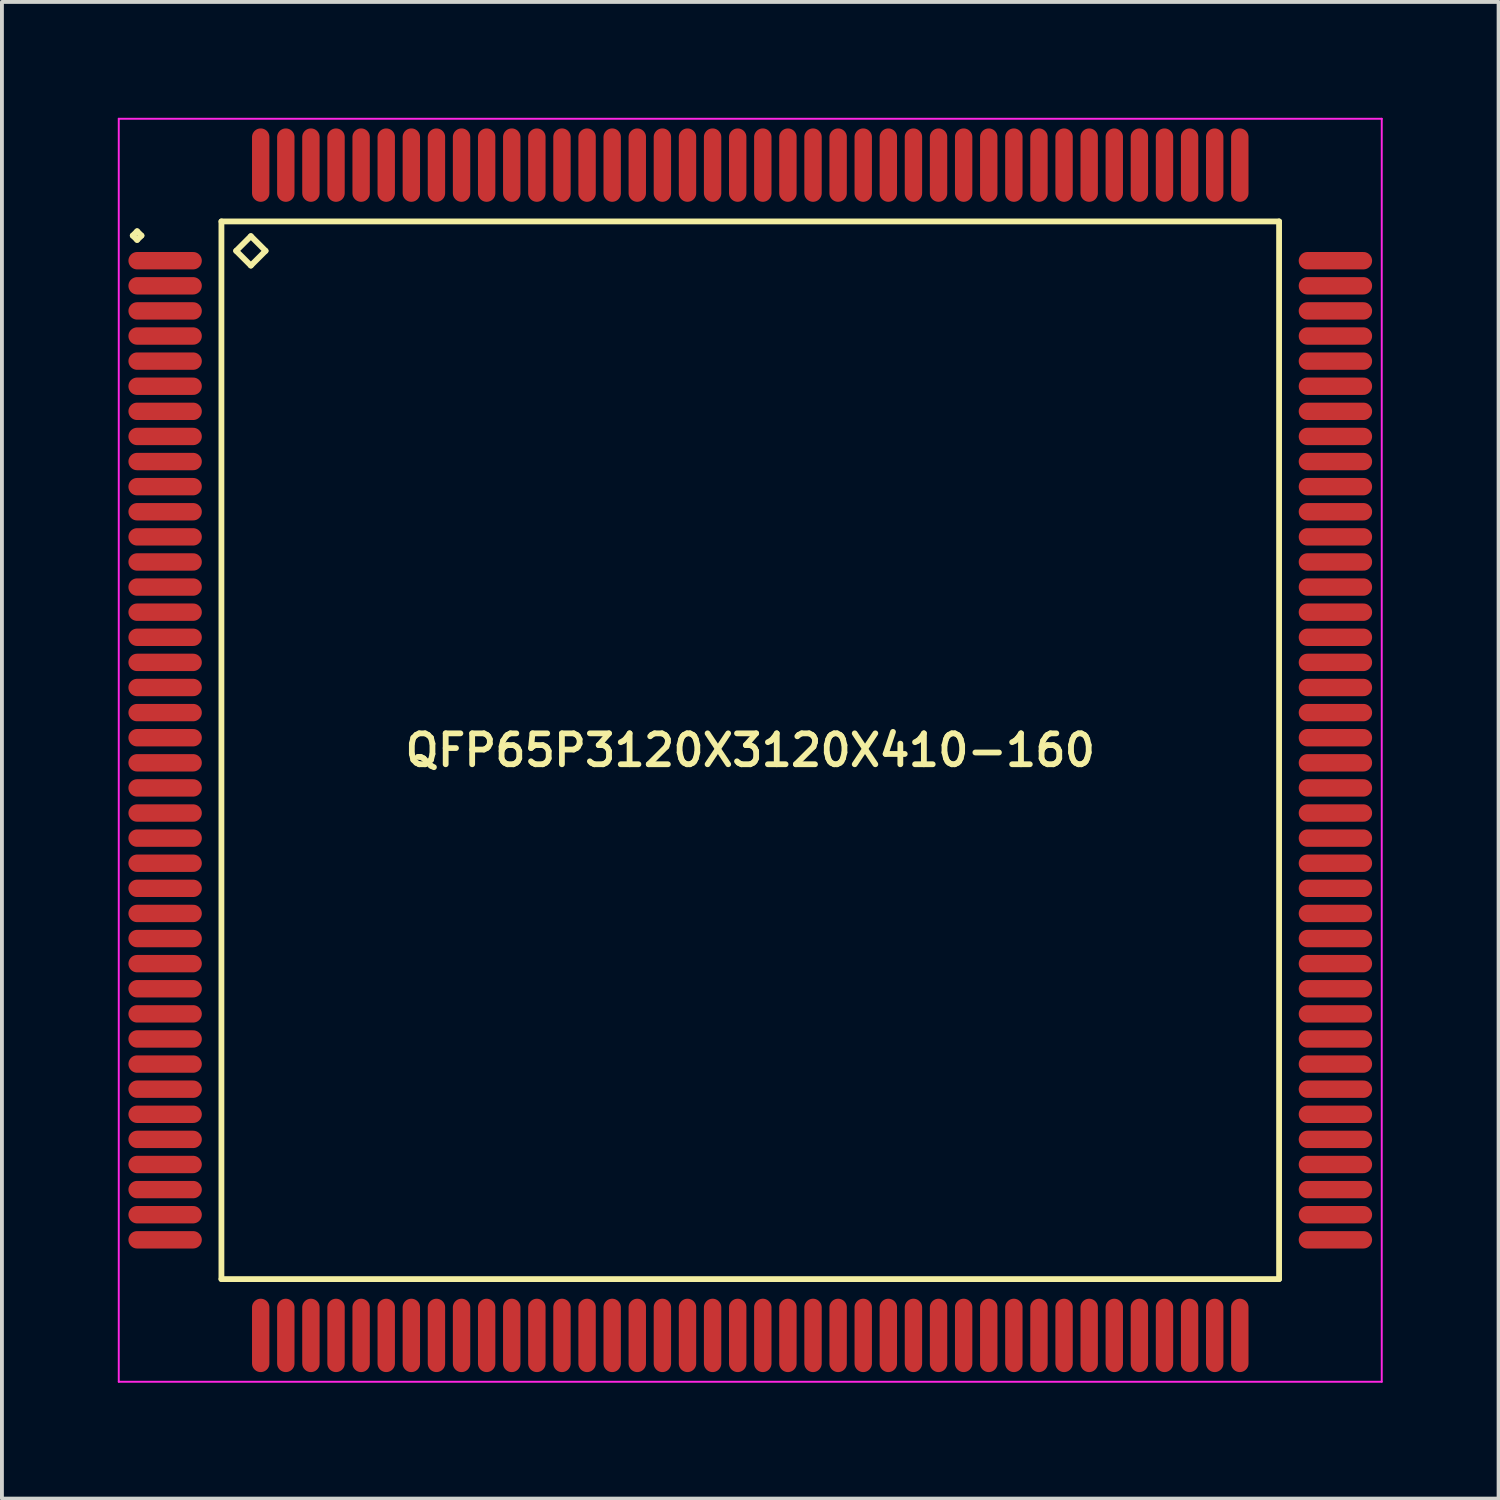
<source format=kicad_pcb>
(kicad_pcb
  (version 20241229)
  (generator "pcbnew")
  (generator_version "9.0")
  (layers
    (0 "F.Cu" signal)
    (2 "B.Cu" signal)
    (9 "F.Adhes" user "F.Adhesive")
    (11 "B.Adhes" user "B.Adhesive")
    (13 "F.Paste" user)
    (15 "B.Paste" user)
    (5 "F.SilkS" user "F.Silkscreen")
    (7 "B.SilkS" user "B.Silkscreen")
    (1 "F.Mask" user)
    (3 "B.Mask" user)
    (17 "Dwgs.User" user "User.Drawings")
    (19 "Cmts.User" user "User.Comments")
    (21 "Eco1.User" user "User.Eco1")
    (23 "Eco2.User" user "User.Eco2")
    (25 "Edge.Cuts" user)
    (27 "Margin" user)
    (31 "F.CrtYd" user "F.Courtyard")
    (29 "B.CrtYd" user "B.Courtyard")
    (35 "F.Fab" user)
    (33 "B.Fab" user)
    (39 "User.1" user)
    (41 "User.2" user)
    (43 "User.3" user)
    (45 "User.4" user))
  (footprint "QFP65P3120X3120X410-160"
    (layer "F.Cu")
    (at 16.375 16.375)
    (property "Reference" "QFP65P3120X3120X410-160" (at 0 0 0) (layer "F.SilkS") (effects (font (size 0.8 0.8) (thickness 0.15))))
    (attr smd)
    (fp_line (start -15.988 -13.325) (end -15.875 -13.438) (stroke (width 0.15) (type solid)) (layer "F.SilkS"))
    (fp_line (start -15.875 -13.438) (end -15.762 -13.325) (stroke (width 0.15) (type solid)) (layer "F.SilkS"))
    (fp_line (start -15.875 -13.213) (end -15.988 -13.325) (stroke (width 0.15) (type solid)) (layer "F.SilkS"))
    (fp_line (start -15.762 -13.325) (end -15.875 -13.213) (stroke (width 0.15) (type solid)) (layer "F.SilkS"))
    (fp_line (start -13.692 -13.692) (end -13.692 13.692) (stroke (width 0.15) (type solid)) (layer "F.SilkS"))
    (fp_line (start -13.692 13.692) (end 13.692 13.692) (stroke (width 0.15) (type solid)) (layer "F.SilkS"))
    (fp_line (start -13.311 -12.93) (end -12.93 -13.311) (stroke (width 0.15) (type solid)) (layer "F.SilkS"))
    (fp_line (start -12.93 -13.311) (end -12.549 -12.93) (stroke (width 0.15) (type solid)) (layer "F.SilkS"))
    (fp_line (start -12.93 -12.549) (end -13.311 -12.93) (stroke (width 0.15) (type solid)) (layer "F.SilkS"))
    (fp_line (start -12.549 -12.93) (end -12.93 -12.549) (stroke (width 0.15) (type solid)) (layer "F.SilkS"))
    (fp_line (start 13.692 -13.692) (end -13.692 -13.692) (stroke (width 0.15) (type solid)) (layer "F.SilkS"))
    (fp_line (start 13.692 13.692) (end 13.692 -13.692) (stroke (width 0.15) (type solid)) (layer "F.SilkS"))
    (fp_line (start -16.35 -16.35) (end 16.35 -16.35) (stroke (width 0.05) (type solid)) (layer "F.CrtYd"))
    (fp_line (start -16.35 16.35) (end -16.35 -16.35) (stroke (width 0.05) (type solid)) (layer "F.CrtYd"))
    (fp_line (start 16.35 -16.35) (end 16.35 16.35) (stroke (width 0.05) (type solid)) (layer "F.CrtYd"))
    (fp_line (start 16.35 16.35) (end -16.35 16.35) (stroke (width 0.05) (type solid)) (layer "F.CrtYd"))
    (pad "1" smd oval (at -15.15 -12.675) (size 1.9 0.45) (layers "F.Cu" "F.Mask" "F.Paste"))
    (pad "2" smd oval (at -15.15 -12.025) (size 1.9 0.45) (layers "F.Cu" "F.Mask" "F.Paste"))
    (pad "3" smd oval (at -15.15 -11.375) (size 1.9 0.45) (layers "F.Cu" "F.Mask" "F.Paste"))
    (pad "4" smd oval (at -15.15 -10.725) (size 1.9 0.45) (layers "F.Cu" "F.Mask" "F.Paste"))
    (pad "5" smd oval (at -15.15 -10.075) (size 1.9 0.45) (layers "F.Cu" "F.Mask" "F.Paste"))
    (pad "6" smd oval (at -15.15 -9.425) (size 1.9 0.45) (layers "F.Cu" "F.Mask" "F.Paste"))
    (pad "7" smd oval (at -15.15 -8.775) (size 1.9 0.45) (layers "F.Cu" "F.Mask" "F.Paste"))
    (pad "8" smd oval (at -15.15 -8.125) (size 1.9 0.45) (layers "F.Cu" "F.Mask" "F.Paste"))
    (pad "9" smd oval (at -15.15 -7.475) (size 1.9 0.45) (layers "F.Cu" "F.Mask" "F.Paste"))
    (pad "10" smd oval (at -15.15 -6.825) (size 1.9 0.45) (layers "F.Cu" "F.Mask" "F.Paste"))
    (pad "11" smd oval (at -15.15 -6.175) (size 1.9 0.45) (layers "F.Cu" "F.Mask" "F.Paste"))
    (pad "12" smd oval (at -15.15 -5.525) (size 1.9 0.45) (layers "F.Cu" "F.Mask" "F.Paste"))
    (pad "13" smd oval (at -15.15 -4.875) (size 1.9 0.45) (layers "F.Cu" "F.Mask" "F.Paste"))
    (pad "14" smd oval (at -15.15 -4.225) (size 1.9 0.45) (layers "F.Cu" "F.Mask" "F.Paste"))
    (pad "15" smd oval (at -15.15 -3.575) (size 1.9 0.45) (layers "F.Cu" "F.Mask" "F.Paste"))
    (pad "16" smd oval (at -15.15 -2.925) (size 1.9 0.45) (layers "F.Cu" "F.Mask" "F.Paste"))
    (pad "17" smd oval (at -15.15 -2.275) (size 1.9 0.45) (layers "F.Cu" "F.Mask" "F.Paste"))
    (pad "18" smd oval (at -15.15 -1.625) (size 1.9 0.45) (layers "F.Cu" "F.Mask" "F.Paste"))
    (pad "19" smd oval (at -15.15 -0.975) (size 1.9 0.45) (layers "F.Cu" "F.Mask" "F.Paste"))
    (pad "20" smd oval (at -15.15 -0.325) (size 1.9 0.45) (layers "F.Cu" "F.Mask" "F.Paste"))
    (pad "21" smd oval (at -15.15 0.325) (size 1.9 0.45) (layers "F.Cu" "F.Mask" "F.Paste"))
    (pad "22" smd oval (at -15.15 0.975) (size 1.9 0.45) (layers "F.Cu" "F.Mask" "F.Paste"))
    (pad "23" smd oval (at -15.15 1.625) (size 1.9 0.45) (layers "F.Cu" "F.Mask" "F.Paste"))
    (pad "24" smd oval (at -15.15 2.275) (size 1.9 0.45) (layers "F.Cu" "F.Mask" "F.Paste"))
    (pad "25" smd oval (at -15.15 2.925) (size 1.9 0.45) (layers "F.Cu" "F.Mask" "F.Paste"))
    (pad "26" smd oval (at -15.15 3.575) (size 1.9 0.45) (layers "F.Cu" "F.Mask" "F.Paste"))
    (pad "27" smd oval (at -15.15 4.225) (size 1.9 0.45) (layers "F.Cu" "F.Mask" "F.Paste"))
    (pad "28" smd oval (at -15.15 4.875) (size 1.9 0.45) (layers "F.Cu" "F.Mask" "F.Paste"))
    (pad "29" smd oval (at -15.15 5.525) (size 1.9 0.45) (layers "F.Cu" "F.Mask" "F.Paste"))
    (pad "30" smd oval (at -15.15 6.175) (size 1.9 0.45) (layers "F.Cu" "F.Mask" "F.Paste"))
    (pad "31" smd oval (at -15.15 6.825) (size 1.9 0.45) (layers "F.Cu" "F.Mask" "F.Paste"))
    (pad "32" smd oval (at -15.15 7.475) (size 1.9 0.45) (layers "F.Cu" "F.Mask" "F.Paste"))
    (pad "33" smd oval (at -15.15 8.125) (size 1.9 0.45) (layers "F.Cu" "F.Mask" "F.Paste"))
    (pad "34" smd oval (at -15.15 8.775) (size 1.9 0.45) (layers "F.Cu" "F.Mask" "F.Paste"))
    (pad "35" smd oval (at -15.15 9.425) (size 1.9 0.45) (layers "F.Cu" "F.Mask" "F.Paste"))
    (pad "36" smd oval (at -15.15 10.075) (size 1.9 0.45) (layers "F.Cu" "F.Mask" "F.Paste"))
    (pad "37" smd oval (at -15.15 10.725) (size 1.9 0.45) (layers "F.Cu" "F.Mask" "F.Paste"))
    (pad "38" smd oval (at -15.15 11.375) (size 1.9 0.45) (layers "F.Cu" "F.Mask" "F.Paste"))
    (pad "39" smd oval (at -15.15 12.025) (size 1.9 0.45) (layers "F.Cu" "F.Mask" "F.Paste"))
    (pad "40" smd oval (at -15.15 12.675) (size 1.9 0.45) (layers "F.Cu" "F.Mask" "F.Paste"))
    (pad "41" smd oval (at -12.675 15.15) (size 0.45 1.9) (layers "F.Cu" "F.Mask" "F.Paste"))
    (pad "42" smd oval (at -12.025 15.15) (size 0.45 1.9) (layers "F.Cu" "F.Mask" "F.Paste"))
    (pad "43" smd oval (at -11.375 15.15) (size 0.45 1.9) (layers "F.Cu" "F.Mask" "F.Paste"))
    (pad "44" smd oval (at -10.725 15.15) (size 0.45 1.9) (layers "F.Cu" "F.Mask" "F.Paste"))
    (pad "45" smd oval (at -10.075 15.15) (size 0.45 1.9) (layers "F.Cu" "F.Mask" "F.Paste"))
    (pad "46" smd oval (at -9.425 15.15) (size 0.45 1.9) (layers "F.Cu" "F.Mask" "F.Paste"))
    (pad "47" smd oval (at -8.775 15.15) (size 0.45 1.9) (layers "F.Cu" "F.Mask" "F.Paste"))
    (pad "48" smd oval (at -8.125 15.15) (size 0.45 1.9) (layers "F.Cu" "F.Mask" "F.Paste"))
    (pad "49" smd oval (at -7.475 15.15) (size 0.45 1.9) (layers "F.Cu" "F.Mask" "F.Paste"))
    (pad "50" smd oval (at -6.825 15.15) (size 0.45 1.9) (layers "F.Cu" "F.Mask" "F.Paste"))
    (pad "51" smd oval (at -6.175 15.15) (size 0.45 1.9) (layers "F.Cu" "F.Mask" "F.Paste"))
    (pad "52" smd oval (at -5.525 15.15) (size 0.45 1.9) (layers "F.Cu" "F.Mask" "F.Paste"))
    (pad "53" smd oval (at -4.875 15.15) (size 0.45 1.9) (layers "F.Cu" "F.Mask" "F.Paste"))
    (pad "54" smd oval (at -4.225 15.15) (size 0.45 1.9) (layers "F.Cu" "F.Mask" "F.Paste"))
    (pad "55" smd oval (at -3.575 15.15) (size 0.45 1.9) (layers "F.Cu" "F.Mask" "F.Paste"))
    (pad "56" smd oval (at -2.925 15.15) (size 0.45 1.9) (layers "F.Cu" "F.Mask" "F.Paste"))
    (pad "57" smd oval (at -2.275 15.15) (size 0.45 1.9) (layers "F.Cu" "F.Mask" "F.Paste"))
    (pad "58" smd oval (at -1.625 15.15) (size 0.45 1.9) (layers "F.Cu" "F.Mask" "F.Paste"))
    (pad "59" smd oval (at -0.975 15.15) (size 0.45 1.9) (layers "F.Cu" "F.Mask" "F.Paste"))
    (pad "60" smd oval (at -0.325 15.15) (size 0.45 1.9) (layers "F.Cu" "F.Mask" "F.Paste"))
    (pad "61" smd oval (at 0.325 15.15) (size 0.45 1.9) (layers "F.Cu" "F.Mask" "F.Paste"))
    (pad "62" smd oval (at 0.975 15.15) (size 0.45 1.9) (layers "F.Cu" "F.Mask" "F.Paste"))
    (pad "63" smd oval (at 1.625 15.15) (size 0.45 1.9) (layers "F.Cu" "F.Mask" "F.Paste"))
    (pad "64" smd oval (at 2.275 15.15) (size 0.45 1.9) (layers "F.Cu" "F.Mask" "F.Paste"))
    (pad "65" smd oval (at 2.925 15.15) (size 0.45 1.9) (layers "F.Cu" "F.Mask" "F.Paste"))
    (pad "66" smd oval (at 3.575 15.15) (size 0.45 1.9) (layers "F.Cu" "F.Mask" "F.Paste"))
    (pad "67" smd oval (at 4.225 15.15) (size 0.45 1.9) (layers "F.Cu" "F.Mask" "F.Paste"))
    (pad "68" smd oval (at 4.875 15.15) (size 0.45 1.9) (layers "F.Cu" "F.Mask" "F.Paste"))
    (pad "69" smd oval (at 5.525 15.15) (size 0.45 1.9) (layers "F.Cu" "F.Mask" "F.Paste"))
    (pad "70" smd oval (at 6.175 15.15) (size 0.45 1.9) (layers "F.Cu" "F.Mask" "F.Paste"))
    (pad "71" smd oval (at 6.825 15.15) (size 0.45 1.9) (layers "F.Cu" "F.Mask" "F.Paste"))
    (pad "72" smd oval (at 7.475 15.15) (size 0.45 1.9) (layers "F.Cu" "F.Mask" "F.Paste"))
    (pad "73" smd oval (at 8.125 15.15) (size 0.45 1.9) (layers "F.Cu" "F.Mask" "F.Paste"))
    (pad "74" smd oval (at 8.775 15.15) (size 0.45 1.9) (layers "F.Cu" "F.Mask" "F.Paste"))
    (pad "75" smd oval (at 9.425 15.15) (size 0.45 1.9) (layers "F.Cu" "F.Mask" "F.Paste"))
    (pad "76" smd oval (at 10.075 15.15) (size 0.45 1.9) (layers "F.Cu" "F.Mask" "F.Paste"))
    (pad "77" smd oval (at 10.725 15.15) (size 0.45 1.9) (layers "F.Cu" "F.Mask" "F.Paste"))
    (pad "78" smd oval (at 11.375 15.15) (size 0.45 1.9) (layers "F.Cu" "F.Mask" "F.Paste"))
    (pad "79" smd oval (at 12.025 15.15) (size 0.45 1.9) (layers "F.Cu" "F.Mask" "F.Paste"))
    (pad "80" smd oval (at 12.675 15.15) (size 0.45 1.9) (layers "F.Cu" "F.Mask" "F.Paste"))
    (pad "81" smd oval (at 15.15 12.675) (size 1.9 0.45) (layers "F.Cu" "F.Mask" "F.Paste"))
    (pad "82" smd oval (at 15.15 12.025) (size 1.9 0.45) (layers "F.Cu" "F.Mask" "F.Paste"))
    (pad "83" smd oval (at 15.15 11.375) (size 1.9 0.45) (layers "F.Cu" "F.Mask" "F.Paste"))
    (pad "84" smd oval (at 15.15 10.725) (size 1.9 0.45) (layers "F.Cu" "F.Mask" "F.Paste"))
    (pad "85" smd oval (at 15.15 10.075) (size 1.9 0.45) (layers "F.Cu" "F.Mask" "F.Paste"))
    (pad "86" smd oval (at 15.15 9.425) (size 1.9 0.45) (layers "F.Cu" "F.Mask" "F.Paste"))
    (pad "87" smd oval (at 15.15 8.775) (size 1.9 0.45) (layers "F.Cu" "F.Mask" "F.Paste"))
    (pad "88" smd oval (at 15.15 8.125) (size 1.9 0.45) (layers "F.Cu" "F.Mask" "F.Paste"))
    (pad "89" smd oval (at 15.15 7.475) (size 1.9 0.45) (layers "F.Cu" "F.Mask" "F.Paste"))
    (pad "90" smd oval (at 15.15 6.825) (size 1.9 0.45) (layers "F.Cu" "F.Mask" "F.Paste"))
    (pad "91" smd oval (at 15.15 6.175) (size 1.9 0.45) (layers "F.Cu" "F.Mask" "F.Paste"))
    (pad "92" smd oval (at 15.15 5.525) (size 1.9 0.45) (layers "F.Cu" "F.Mask" "F.Paste"))
    (pad "93" smd oval (at 15.15 4.875) (size 1.9 0.45) (layers "F.Cu" "F.Mask" "F.Paste"))
    (pad "94" smd oval (at 15.15 4.225) (size 1.9 0.45) (layers "F.Cu" "F.Mask" "F.Paste"))
    (pad "95" smd oval (at 15.15 3.575) (size 1.9 0.45) (layers "F.Cu" "F.Mask" "F.Paste"))
    (pad "96" smd oval (at 15.15 2.925) (size 1.9 0.45) (layers "F.Cu" "F.Mask" "F.Paste"))
    (pad "97" smd oval (at 15.15 2.275) (size 1.9 0.45) (layers "F.Cu" "F.Mask" "F.Paste"))
    (pad "98" smd oval (at 15.15 1.625) (size 1.9 0.45) (layers "F.Cu" "F.Mask" "F.Paste"))
    (pad "99" smd oval (at 15.15 0.975) (size 1.9 0.45) (layers "F.Cu" "F.Mask" "F.Paste"))
    (pad "100" smd oval (at 15.15 0.325) (size 1.9 0.45) (layers "F.Cu" "F.Mask" "F.Paste"))
    (pad "101" smd oval (at 15.15 -0.325) (size 1.9 0.45) (layers "F.Cu" "F.Mask" "F.Paste"))
    (pad "102" smd oval (at 15.15 -0.975) (size 1.9 0.45) (layers "F.Cu" "F.Mask" "F.Paste"))
    (pad "103" smd oval (at 15.15 -1.625) (size 1.9 0.45) (layers "F.Cu" "F.Mask" "F.Paste"))
    (pad "104" smd oval (at 15.15 -2.275) (size 1.9 0.45) (layers "F.Cu" "F.Mask" "F.Paste"))
    (pad "105" smd oval (at 15.15 -2.925) (size 1.9 0.45) (layers "F.Cu" "F.Mask" "F.Paste"))
    (pad "106" smd oval (at 15.15 -3.575) (size 1.9 0.45) (layers "F.Cu" "F.Mask" "F.Paste"))
    (pad "107" smd oval (at 15.15 -4.225) (size 1.9 0.45) (layers "F.Cu" "F.Mask" "F.Paste"))
    (pad "108" smd oval (at 15.15 -4.875) (size 1.9 0.45) (layers "F.Cu" "F.Mask" "F.Paste"))
    (pad "109" smd oval (at 15.15 -5.525) (size 1.9 0.45) (layers "F.Cu" "F.Mask" "F.Paste"))
    (pad "110" smd oval (at 15.15 -6.175) (size 1.9 0.45) (layers "F.Cu" "F.Mask" "F.Paste"))
    (pad "111" smd oval (at 15.15 -6.825) (size 1.9 0.45) (layers "F.Cu" "F.Mask" "F.Paste"))
    (pad "112" smd oval (at 15.15 -7.475) (size 1.9 0.45) (layers "F.Cu" "F.Mask" "F.Paste"))
    (pad "113" smd oval (at 15.15 -8.125) (size 1.9 0.45) (layers "F.Cu" "F.Mask" "F.Paste"))
    (pad "114" smd oval (at 15.15 -8.775) (size 1.9 0.45) (layers "F.Cu" "F.Mask" "F.Paste"))
    (pad "115" smd oval (at 15.15 -9.425) (size 1.9 0.45) (layers "F.Cu" "F.Mask" "F.Paste"))
    (pad "116" smd oval (at 15.15 -10.075) (size 1.9 0.45) (layers "F.Cu" "F.Mask" "F.Paste"))
    (pad "117" smd oval (at 15.15 -10.725) (size 1.9 0.45) (layers "F.Cu" "F.Mask" "F.Paste"))
    (pad "118" smd oval (at 15.15 -11.375) (size 1.9 0.45) (layers "F.Cu" "F.Mask" "F.Paste"))
    (pad "119" smd oval (at 15.15 -12.025) (size 1.9 0.45) (layers "F.Cu" "F.Mask" "F.Paste"))
    (pad "120" smd oval (at 15.15 -12.675) (size 1.9 0.45) (layers "F.Cu" "F.Mask" "F.Paste"))
    (pad "121" smd oval (at 12.675 -15.15) (size 0.45 1.9) (layers "F.Cu" "F.Mask" "F.Paste"))
    (pad "122" smd oval (at 12.025 -15.15) (size 0.45 1.9) (layers "F.Cu" "F.Mask" "F.Paste"))
    (pad "123" smd oval (at 11.375 -15.15) (size 0.45 1.9) (layers "F.Cu" "F.Mask" "F.Paste"))
    (pad "124" smd oval (at 10.725 -15.15) (size 0.45 1.9) (layers "F.Cu" "F.Mask" "F.Paste"))
    (pad "125" smd oval (at 10.075 -15.15) (size 0.45 1.9) (layers "F.Cu" "F.Mask" "F.Paste"))
    (pad "126" smd oval (at 9.425 -15.15) (size 0.45 1.9) (layers "F.Cu" "F.Mask" "F.Paste"))
    (pad "127" smd oval (at 8.775 -15.15) (size 0.45 1.9) (layers "F.Cu" "F.Mask" "F.Paste"))
    (pad "128" smd oval (at 8.125 -15.15) (size 0.45 1.9) (layers "F.Cu" "F.Mask" "F.Paste"))
    (pad "129" smd oval (at 7.475 -15.15) (size 0.45 1.9) (layers "F.Cu" "F.Mask" "F.Paste"))
    (pad "130" smd oval (at 6.825 -15.15) (size 0.45 1.9) (layers "F.Cu" "F.Mask" "F.Paste"))
    (pad "131" smd oval (at 6.175 -15.15) (size 0.45 1.9) (layers "F.Cu" "F.Mask" "F.Paste"))
    (pad "132" smd oval (at 5.525 -15.15) (size 0.45 1.9) (layers "F.Cu" "F.Mask" "F.Paste"))
    (pad "133" smd oval (at 4.875 -15.15) (size 0.45 1.9) (layers "F.Cu" "F.Mask" "F.Paste"))
    (pad "134" smd oval (at 4.225 -15.15) (size 0.45 1.9) (layers "F.Cu" "F.Mask" "F.Paste"))
    (pad "135" smd oval (at 3.575 -15.15) (size 0.45 1.9) (layers "F.Cu" "F.Mask" "F.Paste"))
    (pad "136" smd oval (at 2.925 -15.15) (size 0.45 1.9) (layers "F.Cu" "F.Mask" "F.Paste"))
    (pad "137" smd oval (at 2.275 -15.15) (size 0.45 1.9) (layers "F.Cu" "F.Mask" "F.Paste"))
    (pad "138" smd oval (at 1.625 -15.15) (size 0.45 1.9) (layers "F.Cu" "F.Mask" "F.Paste"))
    (pad "139" smd oval (at 0.975 -15.15) (size 0.45 1.9) (layers "F.Cu" "F.Mask" "F.Paste"))
    (pad "140" smd oval (at 0.325 -15.15) (size 0.45 1.9) (layers "F.Cu" "F.Mask" "F.Paste"))
    (pad "141" smd oval (at -0.325 -15.15) (size 0.45 1.9) (layers "F.Cu" "F.Mask" "F.Paste"))
    (pad "142" smd oval (at -0.975 -15.15) (size 0.45 1.9) (layers "F.Cu" "F.Mask" "F.Paste"))
    (pad "143" smd oval (at -1.625 -15.15) (size 0.45 1.9) (layers "F.Cu" "F.Mask" "F.Paste"))
    (pad "144" smd oval (at -2.275 -15.15) (size 0.45 1.9) (layers "F.Cu" "F.Mask" "F.Paste"))
    (pad "145" smd oval (at -2.925 -15.15) (size 0.45 1.9) (layers "F.Cu" "F.Mask" "F.Paste"))
    (pad "146" smd oval (at -3.575 -15.15) (size 0.45 1.9) (layers "F.Cu" "F.Mask" "F.Paste"))
    (pad "147" smd oval (at -4.225 -15.15) (size 0.45 1.9) (layers "F.Cu" "F.Mask" "F.Paste"))
    (pad "148" smd oval (at -4.875 -15.15) (size 0.45 1.9) (layers "F.Cu" "F.Mask" "F.Paste"))
    (pad "149" smd oval (at -5.525 -15.15) (size 0.45 1.9) (layers "F.Cu" "F.Mask" "F.Paste"))
    (pad "150" smd oval (at -6.175 -15.15) (size 0.45 1.9) (layers "F.Cu" "F.Mask" "F.Paste"))
    (pad "151" smd oval (at -6.825 -15.15) (size 0.45 1.9) (layers "F.Cu" "F.Mask" "F.Paste"))
    (pad "152" smd oval (at -7.475 -15.15) (size 0.45 1.9) (layers "F.Cu" "F.Mask" "F.Paste"))
    (pad "153" smd oval (at -8.125 -15.15) (size 0.45 1.9) (layers "F.Cu" "F.Mask" "F.Paste"))
    (pad "154" smd oval (at -8.775 -15.15) (size 0.45 1.9) (layers "F.Cu" "F.Mask" "F.Paste"))
    (pad "155" smd oval (at -9.425 -15.15) (size 0.45 1.9) (layers "F.Cu" "F.Mask" "F.Paste"))
    (pad "156" smd oval (at -10.075 -15.15) (size 0.45 1.9) (layers "F.Cu" "F.Mask" "F.Paste"))
    (pad "157" smd oval (at -10.725 -15.15) (size 0.45 1.9) (layers "F.Cu" "F.Mask" "F.Paste"))
    (pad "158" smd oval (at -11.375 -15.15) (size 0.45 1.9) (layers "F.Cu" "F.Mask" "F.Paste"))
    (pad "159" smd oval (at -12.025 -15.15) (size 0.45 1.9) (layers "F.Cu" "F.Mask" "F.Paste"))
    (pad "160" smd oval (at -12.675 -15.15) (size 0.45 1.9) (layers "F.Cu" "F.Mask" "F.Paste")))
  (gr_rect
    (start -3 -3)
    (end 35.75 35.75)
    (stroke (width 0.1) (type default))
    (fill no)
    (layer "Edge.Cuts")))
</source>
